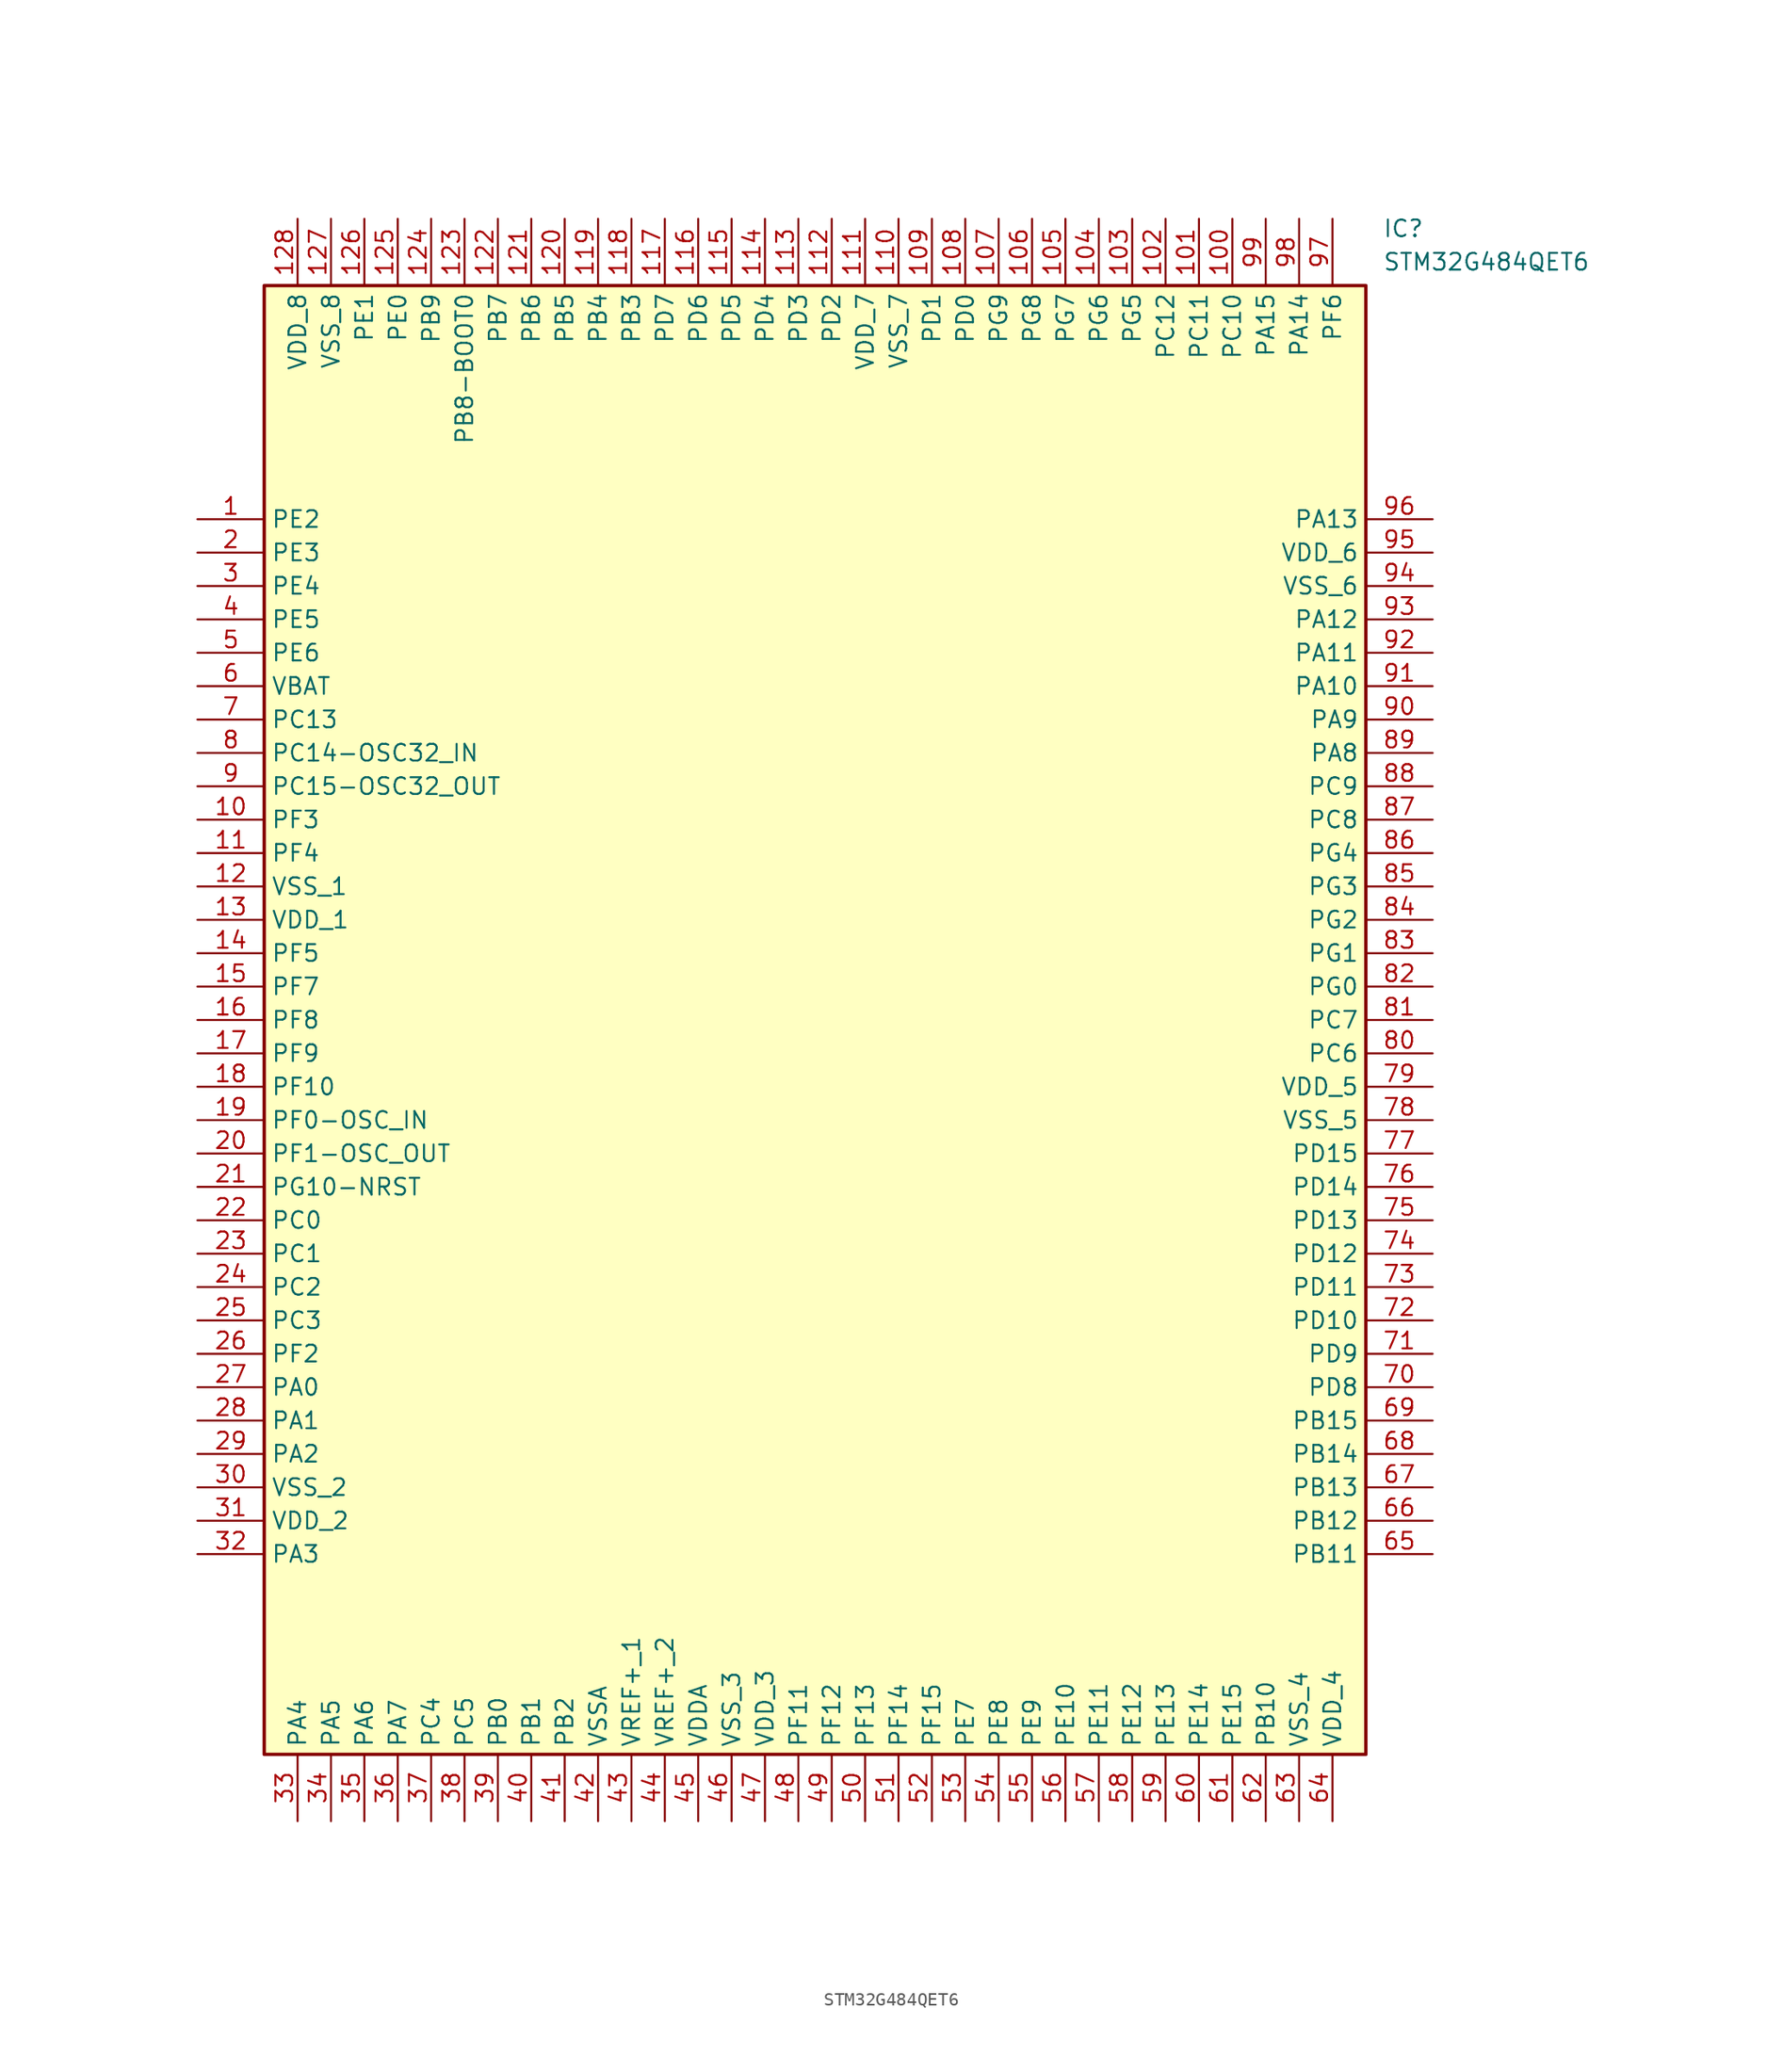
<source format=kicad_sym>
(kicad_symbol_lib
  (version 20220914)
  (generator SamacSys_ECAD_Model)
  (symbol "STM32G484QET6"
    (property "Reference" "IC"
      (at 90.17 22.86 0)
      (effects (font (size 1.27 1.27)) (justify left top)))
    (property "Value" "STM32G484QET6"
      (at 90.17 20.32 0)
      (effects (font (size 1.27 1.27)) (justify left top)))
    (rectangle
      (start 5.08 17.78)
      (end 88.9 -93.98)
      (stroke (width 0.254) (type default))
      (fill (type background)))
    (pin passive line
      (at 0 0 0)
      (length 5.08)
      (name "PE2" (effects (font (size 1.27 1.27))))
      (number "1" (effects (font (size 1.27 1.27)))))
    (pin passive line
      (at 0 -2.54 0)
      (length 5.08)
      (name "PE3" (effects (font (size 1.27 1.27))))
      (number "2" (effects (font (size 1.27 1.27)))))
    (pin passive line
      (at 0 -5.08 0)
      (length 5.08)
      (name "PE4" (effects (font (size 1.27 1.27))))
      (number "3" (effects (font (size 1.27 1.27)))))
    (pin passive line
      (at 0 -7.62 0)
      (length 5.08)
      (name "PE5" (effects (font (size 1.27 1.27))))
      (number "4" (effects (font (size 1.27 1.27)))))
    (pin passive line
      (at 0 -10.16 0)
      (length 5.08)
      (name "PE6" (effects (font (size 1.27 1.27))))
      (number "5" (effects (font (size 1.27 1.27)))))
    (pin passive line
      (at 0 -12.7 0)
      (length 5.08)
      (name "VBAT" (effects (font (size 1.27 1.27))))
      (number "6" (effects (font (size 1.27 1.27)))))
    (pin passive line
      (at 0 -15.24 0)
      (length 5.08)
      (name "PC13" (effects (font (size 1.27 1.27))))
      (number "7" (effects (font (size 1.27 1.27)))))
    (pin passive line
      (at 0 -17.78 0)
      (length 5.08)
      (name "PC14-OSC32_IN" (effects (font (size 1.27 1.27))))
      (number "8" (effects (font (size 1.27 1.27)))))
    (pin passive line
      (at 0 -20.32 0)
      (length 5.08)
      (name "PC15-OSC32_OUT" (effects (font (size 1.27 1.27))))
      (number "9" (effects (font (size 1.27 1.27)))))
    (pin passive line
      (at 0 -22.86 0)
      (length 5.08)
      (name "PF3" (effects (font (size 1.27 1.27))))
      (number "10" (effects (font (size 1.27 1.27)))))
    (pin passive line
      (at 0 -25.4 0)
      (length 5.08)
      (name "PF4" (effects (font (size 1.27 1.27))))
      (number "11" (effects (font (size 1.27 1.27)))))
    (pin passive line
      (at 0 -27.94 0)
      (length 5.08)
      (name "VSS_1" (effects (font (size 1.27 1.27))))
      (number "12" (effects (font (size 1.27 1.27)))))
    (pin passive line
      (at 0 -30.48 0)
      (length 5.08)
      (name "VDD_1" (effects (font (size 1.27 1.27))))
      (number "13" (effects (font (size 1.27 1.27)))))
    (pin passive line
      (at 0 -33.02 0)
      (length 5.08)
      (name "PF5" (effects (font (size 1.27 1.27))))
      (number "14" (effects (font (size 1.27 1.27)))))
    (pin passive line
      (at 0 -35.56 0)
      (length 5.08)
      (name "PF7" (effects (font (size 1.27 1.27))))
      (number "15" (effects (font (size 1.27 1.27)))))
    (pin passive line
      (at 0 -38.1 0)
      (length 5.08)
      (name "PF8" (effects (font (size 1.27 1.27))))
      (number "16" (effects (font (size 1.27 1.27)))))
    (pin passive line
      (at 0 -40.64 0)
      (length 5.08)
      (name "PF9" (effects (font (size 1.27 1.27))))
      (number "17" (effects (font (size 1.27 1.27)))))
    (pin passive line
      (at 0 -43.18 0)
      (length 5.08)
      (name "PF10" (effects (font (size 1.27 1.27))))
      (number "18" (effects (font (size 1.27 1.27)))))
    (pin passive line
      (at 0 -45.72 0)
      (length 5.08)
      (name "PF0-OSC_IN" (effects (font (size 1.27 1.27))))
      (number "19" (effects (font (size 1.27 1.27)))))
    (pin passive line
      (at 0 -48.26 0)
      (length 5.08)
      (name "PF1-OSC_OUT" (effects (font (size 1.27 1.27))))
      (number "20" (effects (font (size 1.27 1.27)))))
    (pin passive line
      (at 0 -50.8 0)
      (length 5.08)
      (name "PG10-NRST" (effects (font (size 1.27 1.27))))
      (number "21" (effects (font (size 1.27 1.27)))))
    (pin passive line
      (at 0 -53.34 0)
      (length 5.08)
      (name "PC0" (effects (font (size 1.27 1.27))))
      (number "22" (effects (font (size 1.27 1.27)))))
    (pin passive line
      (at 0 -55.88 0)
      (length 5.08)
      (name "PC1" (effects (font (size 1.27 1.27))))
      (number "23" (effects (font (size 1.27 1.27)))))
    (pin passive line
      (at 0 -58.42 0)
      (length 5.08)
      (name "PC2" (effects (font (size 1.27 1.27))))
      (number "24" (effects (font (size 1.27 1.27)))))
    (pin passive line
      (at 0 -60.96 0)
      (length 5.08)
      (name "PC3" (effects (font (size 1.27 1.27))))
      (number "25" (effects (font (size 1.27 1.27)))))
    (pin passive line
      (at 0 -63.5 0)
      (length 5.08)
      (name "PF2" (effects (font (size 1.27 1.27))))
      (number "26" (effects (font (size 1.27 1.27)))))
    (pin passive line
      (at 0 -66.04 0)
      (length 5.08)
      (name "PA0" (effects (font (size 1.27 1.27))))
      (number "27" (effects (font (size 1.27 1.27)))))
    (pin passive line
      (at 0 -68.58 0)
      (length 5.08)
      (name "PA1" (effects (font (size 1.27 1.27))))
      (number "28" (effects (font (size 1.27 1.27)))))
    (pin passive line
      (at 0 -71.12 0)
      (length 5.08)
      (name "PA2" (effects (font (size 1.27 1.27))))
      (number "29" (effects (font (size 1.27 1.27)))))
    (pin passive line
      (at 0 -73.66 0)
      (length 5.08)
      (name "VSS_2" (effects (font (size 1.27 1.27))))
      (number "30" (effects (font (size 1.27 1.27)))))
    (pin passive line
      (at 0 -76.2 0)
      (length 5.08)
      (name "VDD_2" (effects (font (size 1.27 1.27))))
      (number "31" (effects (font (size 1.27 1.27)))))
    (pin passive line
      (at 0 -78.74 0)
      (length 5.08)
      (name "PA3" (effects (font (size 1.27 1.27))))
      (number "32" (effects (font (size 1.27 1.27)))))
    (pin passive line
      (at 7.62 -99.06 90)
      (length 5.08)
      (name "PA4" (effects (font (size 1.27 1.27))))
      (number "33" (effects (font (size 1.27 1.27)))))
    (pin passive line
      (at 10.16 -99.06 90)
      (length 5.08)
      (name "PA5" (effects (font (size 1.27 1.27))))
      (number "34" (effects (font (size 1.27 1.27)))))
    (pin passive line
      (at 12.7 -99.06 90)
      (length 5.08)
      (name "PA6" (effects (font (size 1.27 1.27))))
      (number "35" (effects (font (size 1.27 1.27)))))
    (pin passive line
      (at 15.24 -99.06 90)
      (length 5.08)
      (name "PA7" (effects (font (size 1.27 1.27))))
      (number "36" (effects (font (size 1.27 1.27)))))
    (pin passive line
      (at 17.78 -99.06 90)
      (length 5.08)
      (name "PC4" (effects (font (size 1.27 1.27))))
      (number "37" (effects (font (size 1.27 1.27)))))
    (pin passive line
      (at 20.32 -99.06 90)
      (length 5.08)
      (name "PC5" (effects (font (size 1.27 1.27))))
      (number "38" (effects (font (size 1.27 1.27)))))
    (pin passive line
      (at 22.86 -99.06 90)
      (length 5.08)
      (name "PB0" (effects (font (size 1.27 1.27))))
      (number "39" (effects (font (size 1.27 1.27)))))
    (pin passive line
      (at 25.4 -99.06 90)
      (length 5.08)
      (name "PB1" (effects (font (size 1.27 1.27))))
      (number "40" (effects (font (size 1.27 1.27)))))
    (pin passive line
      (at 27.94 -99.06 90)
      (length 5.08)
      (name "PB2" (effects (font (size 1.27 1.27))))
      (number "41" (effects (font (size 1.27 1.27)))))
    (pin passive line
      (at 30.48 -99.06 90)
      (length 5.08)
      (name "VSSA" (effects (font (size 1.27 1.27))))
      (number "42" (effects (font (size 1.27 1.27)))))
    (pin passive line
      (at 33.02 -99.06 90)
      (length 5.08)
      (name "VREF+_1" (effects (font (size 1.27 1.27))))
      (number "43" (effects (font (size 1.27 1.27)))))
    (pin passive line
      (at 35.56 -99.06 90)
      (length 5.08)
      (name "VREF+_2" (effects (font (size 1.27 1.27))))
      (number "44" (effects (font (size 1.27 1.27)))))
    (pin passive line
      (at 38.1 -99.06 90)
      (length 5.08)
      (name "VDDA" (effects (font (size 1.27 1.27))))
      (number "45" (effects (font (size 1.27 1.27)))))
    (pin passive line
      (at 40.64 -99.06 90)
      (length 5.08)
      (name "VSS_3" (effects (font (size 1.27 1.27))))
      (number "46" (effects (font (size 1.27 1.27)))))
    (pin passive line
      (at 43.18 -99.06 90)
      (length 5.08)
      (name "VDD_3" (effects (font (size 1.27 1.27))))
      (number "47" (effects (font (size 1.27 1.27)))))
    (pin passive line
      (at 45.72 -99.06 90)
      (length 5.08)
      (name "PF11" (effects (font (size 1.27 1.27))))
      (number "48" (effects (font (size 1.27 1.27)))))
    (pin passive line
      (at 48.26 -99.06 90)
      (length 5.08)
      (name "PF12" (effects (font (size 1.27 1.27))))
      (number "49" (effects (font (size 1.27 1.27)))))
    (pin passive line
      (at 50.8 -99.06 90)
      (length 5.08)
      (name "PF13" (effects (font (size 1.27 1.27))))
      (number "50" (effects (font (size 1.27 1.27)))))
    (pin passive line
      (at 53.34 -99.06 90)
      (length 5.08)
      (name "PF14" (effects (font (size 1.27 1.27))))
      (number "51" (effects (font (size 1.27 1.27)))))
    (pin passive line
      (at 55.88 -99.06 90)
      (length 5.08)
      (name "PF15" (effects (font (size 1.27 1.27))))
      (number "52" (effects (font (size 1.27 1.27)))))
    (pin passive line
      (at 58.42 -99.06 90)
      (length 5.08)
      (name "PE7" (effects (font (size 1.27 1.27))))
      (number "53" (effects (font (size 1.27 1.27)))))
    (pin passive line
      (at 60.96 -99.06 90)
      (length 5.08)
      (name "PE8" (effects (font (size 1.27 1.27))))
      (number "54" (effects (font (size 1.27 1.27)))))
    (pin passive line
      (at 63.5 -99.06 90)
      (length 5.08)
      (name "PE9" (effects (font (size 1.27 1.27))))
      (number "55" (effects (font (size 1.27 1.27)))))
    (pin passive line
      (at 66.04 -99.06 90)
      (length 5.08)
      (name "PE10" (effects (font (size 1.27 1.27))))
      (number "56" (effects (font (size 1.27 1.27)))))
    (pin passive line
      (at 68.58 -99.06 90)
      (length 5.08)
      (name "PE11" (effects (font (size 1.27 1.27))))
      (number "57" (effects (font (size 1.27 1.27)))))
    (pin passive line
      (at 71.12 -99.06 90)
      (length 5.08)
      (name "PE12" (effects (font (size 1.27 1.27))))
      (number "58" (effects (font (size 1.27 1.27)))))
    (pin passive line
      (at 73.66 -99.06 90)
      (length 5.08)
      (name "PE13" (effects (font (size 1.27 1.27))))
      (number "59" (effects (font (size 1.27 1.27)))))
    (pin passive line
      (at 76.2 -99.06 90)
      (length 5.08)
      (name "PE14" (effects (font (size 1.27 1.27))))
      (number "60" (effects (font (size 1.27 1.27)))))
    (pin passive line
      (at 78.74 -99.06 90)
      (length 5.08)
      (name "PE15" (effects (font (size 1.27 1.27))))
      (number "61" (effects (font (size 1.27 1.27)))))
    (pin passive line
      (at 81.28 -99.06 90)
      (length 5.08)
      (name "PB10" (effects (font (size 1.27 1.27))))
      (number "62" (effects (font (size 1.27 1.27)))))
    (pin passive line
      (at 83.82 -99.06 90)
      (length 5.08)
      (name "VSS_4" (effects (font (size 1.27 1.27))))
      (number "63" (effects (font (size 1.27 1.27)))))
    (pin passive line
      (at 86.36 -99.06 90)
      (length 5.08)
      (name "VDD_4" (effects (font (size 1.27 1.27))))
      (number "64" (effects (font (size 1.27 1.27)))))
    (pin passive line
      (at 93.98 0 180)
      (length 5.08)
      (name "PA13" (effects (font (size 1.27 1.27))))
      (number "96" (effects (font (size 1.27 1.27)))))
    (pin passive line
      (at 93.98 -2.54 180)
      (length 5.08)
      (name "VDD_6" (effects (font (size 1.27 1.27))))
      (number "95" (effects (font (size 1.27 1.27)))))
    (pin passive line
      (at 93.98 -5.08 180)
      (length 5.08)
      (name "VSS_6" (effects (font (size 1.27 1.27))))
      (number "94" (effects (font (size 1.27 1.27)))))
    (pin passive line
      (at 93.98 -7.62 180)
      (length 5.08)
      (name "PA12" (effects (font (size 1.27 1.27))))
      (number "93" (effects (font (size 1.27 1.27)))))
    (pin passive line
      (at 93.98 -10.16 180)
      (length 5.08)
      (name "PA11" (effects (font (size 1.27 1.27))))
      (number "92" (effects (font (size 1.27 1.27)))))
    (pin passive line
      (at 93.98 -12.7 180)
      (length 5.08)
      (name "PA10" (effects (font (size 1.27 1.27))))
      (number "91" (effects (font (size 1.27 1.27)))))
    (pin passive line
      (at 93.98 -15.24 180)
      (length 5.08)
      (name "PA9" (effects (font (size 1.27 1.27))))
      (number "90" (effects (font (size 1.27 1.27)))))
    (pin passive line
      (at 93.98 -17.78 180)
      (length 5.08)
      (name "PA8" (effects (font (size 1.27 1.27))))
      (number "89" (effects (font (size 1.27 1.27)))))
    (pin passive line
      (at 93.98 -20.32 180)
      (length 5.08)
      (name "PC9" (effects (font (size 1.27 1.27))))
      (number "88" (effects (font (size 1.27 1.27)))))
    (pin passive line
      (at 93.98 -22.86 180)
      (length 5.08)
      (name "PC8" (effects (font (size 1.27 1.27))))
      (number "87" (effects (font (size 1.27 1.27)))))
    (pin passive line
      (at 93.98 -25.4 180)
      (length 5.08)
      (name "PG4" (effects (font (size 1.27 1.27))))
      (number "86" (effects (font (size 1.27 1.27)))))
    (pin passive line
      (at 93.98 -27.94 180)
      (length 5.08)
      (name "PG3" (effects (font (size 1.27 1.27))))
      (number "85" (effects (font (size 1.27 1.27)))))
    (pin passive line
      (at 93.98 -30.48 180)
      (length 5.08)
      (name "PG2" (effects (font (size 1.27 1.27))))
      (number "84" (effects (font (size 1.27 1.27)))))
    (pin passive line
      (at 93.98 -33.02 180)
      (length 5.08)
      (name "PG1" (effects (font (size 1.27 1.27))))
      (number "83" (effects (font (size 1.27 1.27)))))
    (pin passive line
      (at 93.98 -35.56 180)
      (length 5.08)
      (name "PG0" (effects (font (size 1.27 1.27))))
      (number "82" (effects (font (size 1.27 1.27)))))
    (pin passive line
      (at 93.98 -38.1 180)
      (length 5.08)
      (name "PC7" (effects (font (size 1.27 1.27))))
      (number "81" (effects (font (size 1.27 1.27)))))
    (pin passive line
      (at 93.98 -40.64 180)
      (length 5.08)
      (name "PC6" (effects (font (size 1.27 1.27))))
      (number "80" (effects (font (size 1.27 1.27)))))
    (pin passive line
      (at 93.98 -43.18 180)
      (length 5.08)
      (name "VDD_5" (effects (font (size 1.27 1.27))))
      (number "79" (effects (font (size 1.27 1.27)))))
    (pin passive line
      (at 93.98 -45.72 180)
      (length 5.08)
      (name "VSS_5" (effects (font (size 1.27 1.27))))
      (number "78" (effects (font (size 1.27 1.27)))))
    (pin passive line
      (at 93.98 -48.26 180)
      (length 5.08)
      (name "PD15" (effects (font (size 1.27 1.27))))
      (number "77" (effects (font (size 1.27 1.27)))))
    (pin passive line
      (at 93.98 -50.8 180)
      (length 5.08)
      (name "PD14" (effects (font (size 1.27 1.27))))
      (number "76" (effects (font (size 1.27 1.27)))))
    (pin passive line
      (at 93.98 -53.34 180)
      (length 5.08)
      (name "PD13" (effects (font (size 1.27 1.27))))
      (number "75" (effects (font (size 1.27 1.27)))))
    (pin passive line
      (at 93.98 -55.88 180)
      (length 5.08)
      (name "PD12" (effects (font (size 1.27 1.27))))
      (number "74" (effects (font (size 1.27 1.27)))))
    (pin passive line
      (at 93.98 -58.42 180)
      (length 5.08)
      (name "PD11" (effects (font (size 1.27 1.27))))
      (number "73" (effects (font (size 1.27 1.27)))))
    (pin passive line
      (at 93.98 -60.96 180)
      (length 5.08)
      (name "PD10" (effects (font (size 1.27 1.27))))
      (number "72" (effects (font (size 1.27 1.27)))))
    (pin passive line
      (at 93.98 -63.5 180)
      (length 5.08)
      (name "PD9" (effects (font (size 1.27 1.27))))
      (number "71" (effects (font (size 1.27 1.27)))))
    (pin passive line
      (at 93.98 -66.04 180)
      (length 5.08)
      (name "PD8" (effects (font (size 1.27 1.27))))
      (number "70" (effects (font (size 1.27 1.27)))))
    (pin passive line
      (at 93.98 -68.58 180)
      (length 5.08)
      (name "PB15" (effects (font (size 1.27 1.27))))
      (number "69" (effects (font (size 1.27 1.27)))))
    (pin passive line
      (at 93.98 -71.12 180)
      (length 5.08)
      (name "PB14" (effects (font (size 1.27 1.27))))
      (number "68" (effects (font (size 1.27 1.27)))))
    (pin passive line
      (at 93.98 -73.66 180)
      (length 5.08)
      (name "PB13" (effects (font (size 1.27 1.27))))
      (number "67" (effects (font (size 1.27 1.27)))))
    (pin passive line
      (at 93.98 -76.2 180)
      (length 5.08)
      (name "PB12" (effects (font (size 1.27 1.27))))
      (number "66" (effects (font (size 1.27 1.27)))))
    (pin passive line
      (at 93.98 -78.74 180)
      (length 5.08)
      (name "PB11" (effects (font (size 1.27 1.27))))
      (number "65" (effects (font (size 1.27 1.27)))))
    (pin passive line
      (at 7.62 22.86 270)
      (length 5.08)
      (name "VDD_8" (effects (font (size 1.27 1.27))))
      (number "128" (effects (font (size 1.27 1.27)))))
    (pin passive line
      (at 10.16 22.86 270)
      (length 5.08)
      (name "VSS_8" (effects (font (size 1.27 1.27))))
      (number "127" (effects (font (size 1.27 1.27)))))
    (pin passive line
      (at 12.7 22.86 270)
      (length 5.08)
      (name "PE1" (effects (font (size 1.27 1.27))))
      (number "126" (effects (font (size 1.27 1.27)))))
    (pin passive line
      (at 15.24 22.86 270)
      (length 5.08)
      (name "PE0" (effects (font (size 1.27 1.27))))
      (number "125" (effects (font (size 1.27 1.27)))))
    (pin passive line
      (at 17.78 22.86 270)
      (length 5.08)
      (name "PB9" (effects (font (size 1.27 1.27))))
      (number "124" (effects (font (size 1.27 1.27)))))
    (pin passive line
      (at 20.32 22.86 270)
      (length 5.08)
      (name "PB8-BOOT0" (effects (font (size 1.27 1.27))))
      (number "123" (effects (font (size 1.27 1.27)))))
    (pin passive line
      (at 22.86 22.86 270)
      (length 5.08)
      (name "PB7" (effects (font (size 1.27 1.27))))
      (number "122" (effects (font (size 1.27 1.27)))))
    (pin passive line
      (at 25.4 22.86 270)
      (length 5.08)
      (name "PB6" (effects (font (size 1.27 1.27))))
      (number "121" (effects (font (size 1.27 1.27)))))
    (pin passive line
      (at 27.94 22.86 270)
      (length 5.08)
      (name "PB5" (effects (font (size 1.27 1.27))))
      (number "120" (effects (font (size 1.27 1.27)))))
    (pin passive line
      (at 30.48 22.86 270)
      (length 5.08)
      (name "PB4" (effects (font (size 1.27 1.27))))
      (number "119" (effects (font (size 1.27 1.27)))))
    (pin passive line
      (at 33.02 22.86 270)
      (length 5.08)
      (name "PB3" (effects (font (size 1.27 1.27))))
      (number "118" (effects (font (size 1.27 1.27)))))
    (pin passive line
      (at 35.56 22.86 270)
      (length 5.08)
      (name "PD7" (effects (font (size 1.27 1.27))))
      (number "117" (effects (font (size 1.27 1.27)))))
    (pin passive line
      (at 38.1 22.86 270)
      (length 5.08)
      (name "PD6" (effects (font (size 1.27 1.27))))
      (number "116" (effects (font (size 1.27 1.27)))))
    (pin passive line
      (at 40.64 22.86 270)
      (length 5.08)
      (name "PD5" (effects (font (size 1.27 1.27))))
      (number "115" (effects (font (size 1.27 1.27)))))
    (pin passive line
      (at 43.18 22.86 270)
      (length 5.08)
      (name "PD4" (effects (font (size 1.27 1.27))))
      (number "114" (effects (font (size 1.27 1.27)))))
    (pin passive line
      (at 45.72 22.86 270)
      (length 5.08)
      (name "PD3" (effects (font (size 1.27 1.27))))
      (number "113" (effects (font (size 1.27 1.27)))))
    (pin passive line
      (at 48.26 22.86 270)
      (length 5.08)
      (name "PD2" (effects (font (size 1.27 1.27))))
      (number "112" (effects (font (size 1.27 1.27)))))
    (pin passive line
      (at 50.8 22.86 270)
      (length 5.08)
      (name "VDD_7" (effects (font (size 1.27 1.27))))
      (number "111" (effects (font (size 1.27 1.27)))))
    (pin passive line
      (at 53.34 22.86 270)
      (length 5.08)
      (name "VSS_7" (effects (font (size 1.27 1.27))))
      (number "110" (effects (font (size 1.27 1.27)))))
    (pin passive line
      (at 55.88 22.86 270)
      (length 5.08)
      (name "PD1" (effects (font (size 1.27 1.27))))
      (number "109" (effects (font (size 1.27 1.27)))))
    (pin passive line
      (at 58.42 22.86 270)
      (length 5.08)
      (name "PD0" (effects (font (size 1.27 1.27))))
      (number "108" (effects (font (size 1.27 1.27)))))
    (pin passive line
      (at 60.96 22.86 270)
      (length 5.08)
      (name "PG9" (effects (font (size 1.27 1.27))))
      (number "107" (effects (font (size 1.27 1.27)))))
    (pin passive line
      (at 63.5 22.86 270)
      (length 5.08)
      (name "PG8" (effects (font (size 1.27 1.27))))
      (number "106" (effects (font (size 1.27 1.27)))))
    (pin passive line
      (at 66.04 22.86 270)
      (length 5.08)
      (name "PG7" (effects (font (size 1.27 1.27))))
      (number "105" (effects (font (size 1.27 1.27)))))
    (pin passive line
      (at 68.58 22.86 270)
      (length 5.08)
      (name "PG6" (effects (font (size 1.27 1.27))))
      (number "104" (effects (font (size 1.27 1.27)))))
    (pin passive line
      (at 71.12 22.86 270)
      (length 5.08)
      (name "PG5" (effects (font (size 1.27 1.27))))
      (number "103" (effects (font (size 1.27 1.27)))))
    (pin passive line
      (at 73.66 22.86 270)
      (length 5.08)
      (name "PC12" (effects (font (size 1.27 1.27))))
      (number "102" (effects (font (size 1.27 1.27)))))
    (pin passive line
      (at 76.2 22.86 270)
      (length 5.08)
      (name "PC11" (effects (font (size 1.27 1.27))))
      (number "101" (effects (font (size 1.27 1.27)))))
    (pin passive line
      (at 78.74 22.86 270)
      (length 5.08)
      (name "PC10" (effects (font (size 1.27 1.27))))
      (number "100" (effects (font (size 1.27 1.27)))))
    (pin passive line
      (at 81.28 22.86 270)
      (length 5.08)
      (name "PA15" (effects (font (size 1.27 1.27))))
      (number "99" (effects (font (size 1.27 1.27)))))
    (pin passive line
      (at 83.82 22.86 270)
      (length 5.08)
      (name "PA14" (effects (font (size 1.27 1.27))))
      (number "98" (effects (font (size 1.27 1.27)))))
    (pin passive line
      (at 86.36 22.86 270)
      (length 5.08)
      (name "PF6" (effects (font (size 1.27 1.27))))
      (number "97" (effects (font (size 1.27 1.27)))))))
</source>
